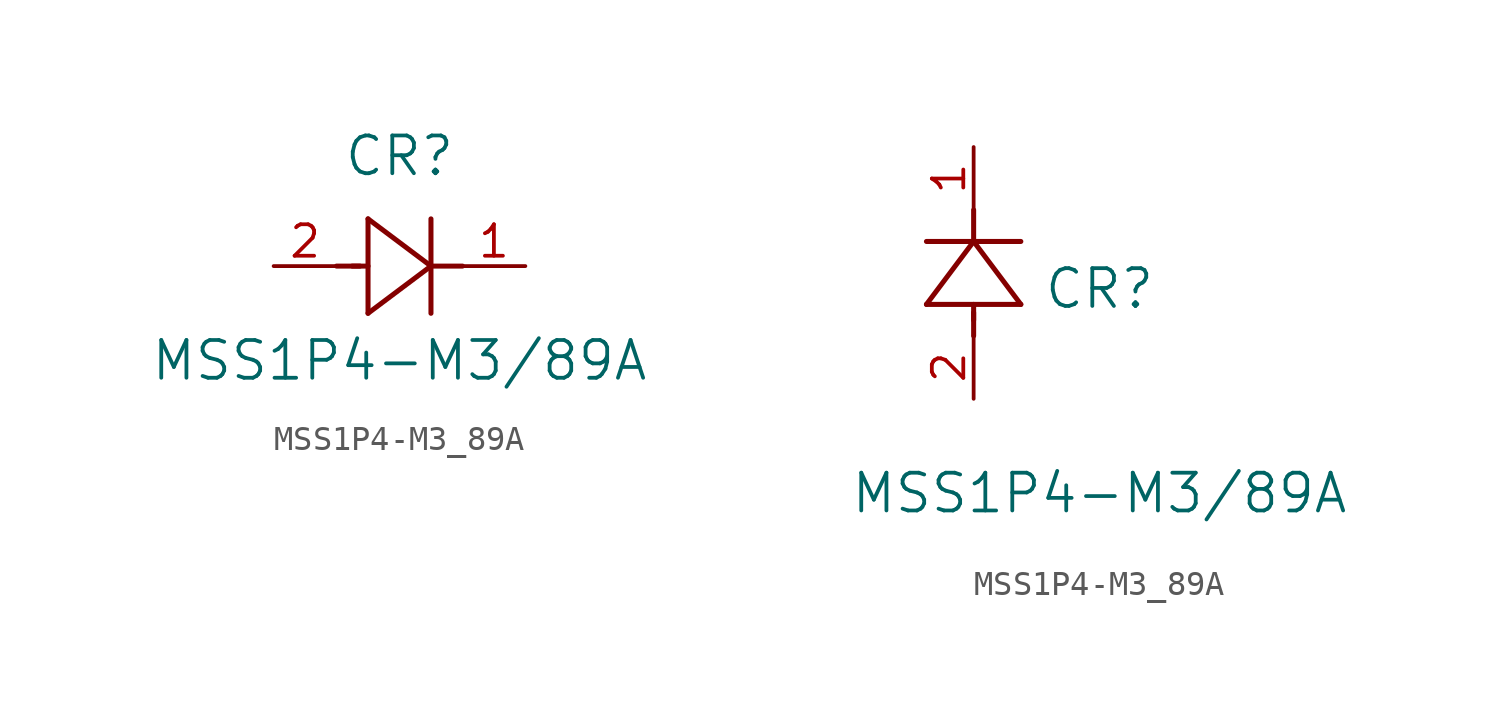
<source format=kicad_sym>
(kicad_symbol_lib
  (version 20211014)
  (generator kicad_symbol_editor)
  (symbol "MSS1P4-M3_89A"
    (pin_names
      (offset 0.254))
    (property "Reference" "CR"
      (at 5.08 4.445 0)
      (effects (font (size 1.524 1.524))))
    (property "Value" "MSS1P4-M3/89A"
      (at 5.08 -3.81 0)
      (effects (font (size 1.524 1.524))))
    (symbol "MSS1P4-M3_89A_1_1"
      (polyline (pts (xy 2.54 0) (xy 3.48 0)) (stroke (width 0.203) (type default) (color 0 0 0 0)) (fill (type none)))
      (polyline (pts (xy 3.81 1.905) (xy 3.81 -1.905)) (stroke (width 0.203) (type default) (color 0 0 0 0)) (fill (type none)))
      (polyline (pts (xy 3.175 0) (xy 3.81 0)) (stroke (width 0.203) (type default) (color 0 0 0 0)) (fill (type none)))
      (polyline (pts (xy 6.35 -1.905) (xy 6.35 1.905)) (stroke (width 0.203) (type default) (color 0 0 0 0)) (fill (type none)))
      (polyline (pts (xy 6.35 0) (xy 7.62 0)) (stroke (width 0.203) (type default) (color 0 0 0 0)) (fill (type none)))
      (polyline (pts (xy 6.35 0) (xy 3.81 1.905)) (stroke (width 0.203) (type default) (color 0 0 0 0)) (fill (type none)))
      (polyline (pts (xy 3.81 -1.905) (xy 6.35 0)) (stroke (width 0.203) (type default) (color 0 0 0 0)) (fill (type none)))
      (pin unspecified line (at 0 0 0) (length 2.54) (name "" (effects (font (size 1.27 1.27)))) (number "2" (effects (font (size 1.27 1.27)))))
      (pin unspecified line (at 10.16 0 180) (length 2.54) (name "" (effects (font (size 1.27 1.27)))) (number "1" (effects (font (size 1.27 1.27))))))
    (symbol "MSS1P4-M3_89A_1_2"
      (polyline (pts (xy 0 2.54) (xy 0 3.48)) (stroke (width 0.203) (type default) (color 0 0 0 0)) (fill (type none)))
      (polyline (pts (xy -1.905 3.81) (xy 1.905 3.81)) (stroke (width 0.203) (type default) (color 0 0 0 0)) (fill (type none)))
      (polyline (pts (xy 0 3.175) (xy 0 3.81)) (stroke (width 0.203) (type default) (color 0 0 0 0)) (fill (type none)))
      (polyline (pts (xy 1.905 6.35) (xy -1.905 6.35)) (stroke (width 0.203) (type default) (color 0 0 0 0)) (fill (type none)))
      (polyline (pts (xy 0 6.35) (xy 0 7.62)) (stroke (width 0.203) (type default) (color 0 0 0 0)) (fill (type none)))
      (polyline (pts (xy 0 6.35) (xy -1.905 3.81)) (stroke (width 0.203) (type default) (color 0 0 0 0)) (fill (type none)))
      (polyline (pts (xy 1.905 3.81) (xy 0 6.35)) (stroke (width 0.203) (type default) (color 0 0 0 0)) (fill (type none)))
      (pin unspecified line (at 0 0 90) (length 2.54) (name "" (effects (font (size 1.27 1.27)))) (number "2" (effects (font (size 1.27 1.27)))))
      (pin unspecified line (at 0 10.16 270) (length 2.54) (name "" (effects (font (size 1.27 1.27)))) (number "1" (effects (font (size 1.27 1.27))))))))
</source>
